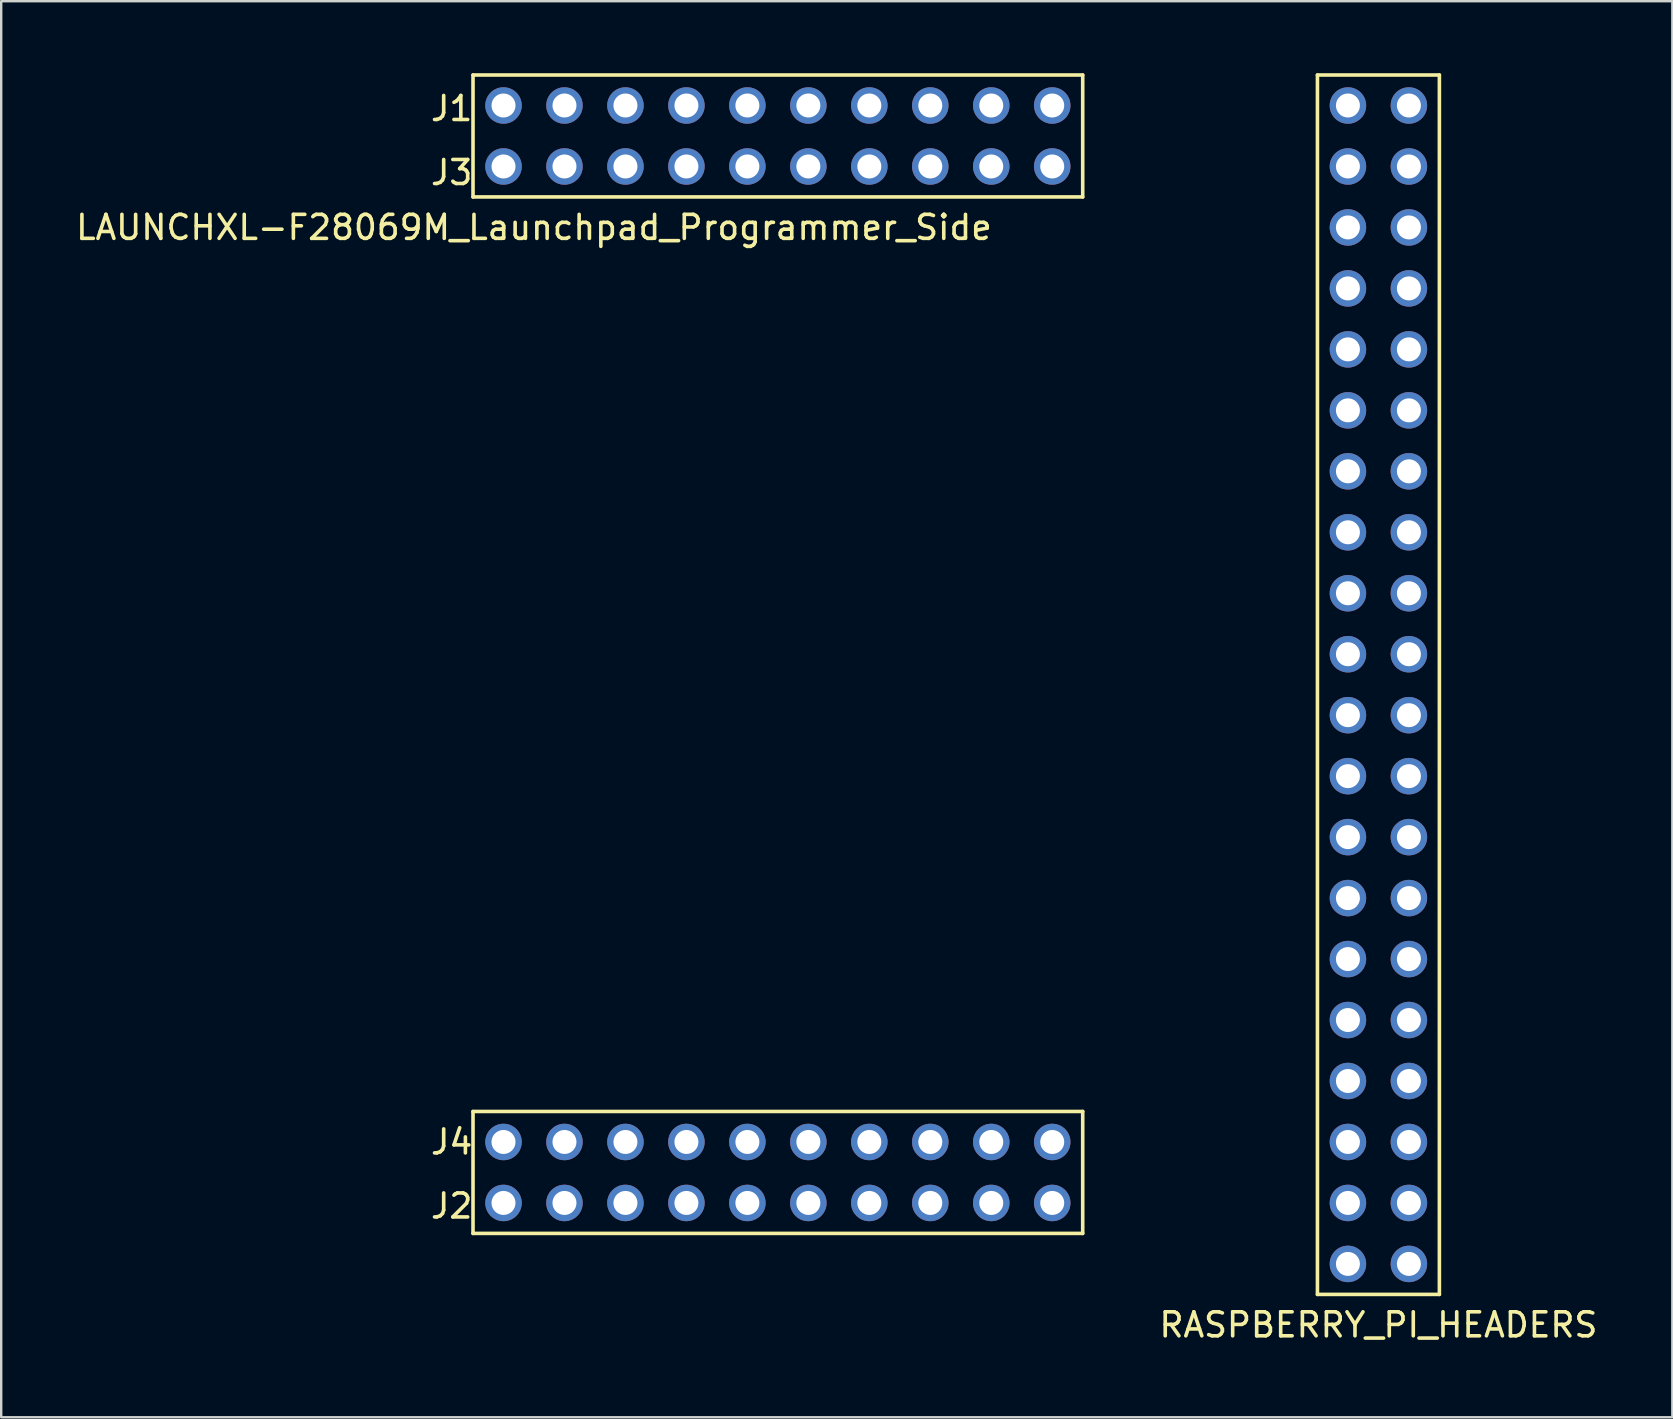
<source format=kicad_pcb>
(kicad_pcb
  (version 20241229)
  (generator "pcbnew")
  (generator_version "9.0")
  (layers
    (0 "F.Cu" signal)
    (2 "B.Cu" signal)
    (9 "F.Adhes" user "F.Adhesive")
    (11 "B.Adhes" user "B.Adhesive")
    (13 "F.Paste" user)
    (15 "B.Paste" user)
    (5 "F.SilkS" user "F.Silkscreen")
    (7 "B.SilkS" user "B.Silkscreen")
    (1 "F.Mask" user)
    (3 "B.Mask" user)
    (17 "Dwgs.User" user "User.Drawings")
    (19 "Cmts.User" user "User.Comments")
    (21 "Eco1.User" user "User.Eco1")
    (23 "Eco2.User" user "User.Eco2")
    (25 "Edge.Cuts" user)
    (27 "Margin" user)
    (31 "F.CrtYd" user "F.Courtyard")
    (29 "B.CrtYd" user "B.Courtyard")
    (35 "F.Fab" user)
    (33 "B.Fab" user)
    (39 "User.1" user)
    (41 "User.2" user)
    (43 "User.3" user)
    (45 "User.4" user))
  (footprint "LAUNCHXL-F28069M_Launchpad_Programmer_Side"
    (layer "F.Cu")
    (at 16.656 48.335)
    (property "Reference" "LAUNCHXL-F28069M_Launchpad_Programmer_Side" (at 2.54 -41.91 0) (layer "F.SilkS") (effects (font (size 1 1) (thickness 0.15))))
    (attr through_hole)
    (fp_line (start 0 -48.26) (end 0 -43.18) (stroke (width 0.15) (type solid)) (layer "F.SilkS"))
    (fp_line (start 0 -43.18) (end 25.4 -43.18) (stroke (width 0.15) (type solid)) (layer "F.SilkS"))
    (fp_line (start 0 -5.08) (end 0 0) (stroke (width 0.15) (type solid)) (layer "F.SilkS"))
    (fp_line (start 0 0) (end 25.4 0) (stroke (width 0.15) (type solid)) (layer "F.SilkS"))
    (fp_line (start 25.4 -48.26) (end 0 -48.26) (stroke (width 0.15) (type solid)) (layer "F.SilkS"))
    (fp_line (start 25.4 -43.18) (end 25.4 -48.26) (stroke (width 0.15) (type solid)) (layer "F.SilkS"))
    (fp_line (start 25.4 -5.08) (end 0 -5.08) (stroke (width 0.15) (type solid)) (layer "F.SilkS"))
    (fp_line (start 25.4 0) (end 25.4 -5.08) (stroke (width 0.15) (type solid)) (layer "F.SilkS"))
    (fp_text user "J4" (at -0.889 -3.81 0) (layer "F.SilkS") (effects (font (size 1 1) (thickness 0.15))))
    (fp_text user "J3" (at -0.889 -44.196 0) (layer "F.SilkS") (effects (font (size 1 1) (thickness 0.15))))
    (fp_text user "J2" (at -0.889 -1.143 0) (layer "F.SilkS") (effects (font (size 1 1) (thickness 0.15))))
    (fp_text user "J1" (at -0.889 -46.863 0) (layer "F.SilkS") (effects (font (size 1 1) (thickness 0.15))))
    (pad "+3V3" thru_hole circle (at 24.13 -46.99) (size 1.52 1.52) (drill 1) (layers "*.Cu" "*.Mask" "F.Paste"))
    (pad "+5V" thru_hole circle (at 24.13 -44.45) (size 1.52 1.52) (drill 1) (layers "*.Cu" "*.Mask" "F.Paste"))
    (pad "A_A0" thru_hole circle (at 8.89 -44.45) (size 1.52 1.52) (drill 1) (layers "*.Cu" "*.Mask" "F.Paste"))
    (pad "A_A1" thru_hole circle (at 3.81 -44.45) (size 1.52 1.52) (drill 1) (layers "*.Cu" "*.Mask" "F.Paste"))
    (pad "A_A2" thru_hole circle (at 13.97 -44.45) (size 1.52 1.52) (drill 1) (layers "*.Cu" "*.Mask" "F.Paste"))
    (pad "A_A6" thru_hole circle (at 21.59 -46.99) (size 1.52 1.52) (drill 1) (layers "*.Cu" "*.Mask" "F.Paste"))
    (pad "A_A7" thru_hole circle (at 19.05 -44.45) (size 1.52 1.52) (drill 1) (layers "*.Cu" "*.Mask" "F.Paste"))
    (pad "A_B0" thru_hole circle (at 6.35 -44.45) (size 1.52 1.52) (drill 1) (layers "*.Cu" "*.Mask" "F.Paste"))
    (pad "A_B1" thru_hole circle (at 16.51 -44.45) (size 1.52 1.52) (drill 1) (layers "*.Cu" "*.Mask" "F.Paste"))
    (pad "A_B2" thru_hole circle (at 11.43 -44.45) (size 1.52 1.52) (drill 1) (layers "*.Cu" "*.Mask" "F.Paste"))
    (pad "A_B6" thru_hole circle (at 11.43 -46.99) (size 1.52 1.52) (drill 1) (layers "*.Cu" "*.Mask" "F.Paste"))
    (pad "DAC1" thru_hole circle (at 3.81 -3.81) (size 1.52 1.52) (drill 1) (layers "*.Cu" "*.Mask" "F.Paste"))
    (pad "DAC2" thru_hole circle (at 1.27 -3.81) (size 1.52 1.52) (drill 1) (layers "*.Cu" "*.Mask" "F.Paste"))
    (pad "GND" thru_hole circle (at 21.59 -44.45) (size 1.52 1.52) (drill 1) (layers "*.Cu" "*.Mask" "F.Paste"))
    (pad "GND" thru_hole circle (at 24.13 -1.27) (size 1.52 1.52) (drill 1) (layers "*.Cu" "*.Mask" "F.Paste"))
    (pad "NC" thru_hole circle (at 1.27 -44.45) (size 1.52 1.52) (drill 1) (layers "*.Cu" "*.Mask" "F.Paste"))
    (pad "NC" thru_hole circle (at 6.35 -3.81) (size 1.52 1.52) (drill 1) (layers "*.Cu" "*.Mask" "F.Paste"))
    (pad "NC" thru_hole circle (at 16.51 -1.27) (size 1.52 1.52) (drill 1) (layers "*.Cu" "*.Mask" "F.Paste"))
    (pad "P_0" thru_hole circle (at 24.13 -3.81) (size 1.52 1.52) (drill 1) (layers "*.Cu" "*.Mask" "F.Paste"))
    (pad "P_1" thru_hole circle (at 21.59 -3.81) (size 1.52 1.52) (drill 1) (layers "*.Cu" "*.Mask" "F.Paste"))
    (pad "P_2" thru_hole circle (at 19.05 -3.81) (size 1.52 1.52) (drill 1) (layers "*.Cu" "*.Mask" "F.Paste"))
    (pad "P_3" thru_hole circle (at 16.51 -3.81) (size 1.52 1.52) (drill 1) (layers "*.Cu" "*.Mask" "F.Paste"))
    (pad "P_4" thru_hole circle (at 13.97 -3.81) (size 1.52 1.52) (drill 1) (layers "*.Cu" "*.Mask" "F.Paste"))
    (pad "P_5" thru_hole circle (at 11.43 -3.81) (size 1.52 1.52) (drill 1) (layers "*.Cu" "*.Mask" "F.Paste"))
    (pad "P_12" thru_hole circle (at 13.97 -46.99) (size 1.52 1.52) (drill 1) (layers "*.Cu" "*.Mask" "F.Paste"))
    (pad "P_13" thru_hole circle (at 8.89 -3.81) (size 1.52 1.52) (drill 1) (layers "*.Cu" "*.Mask" "F.Paste"))
    (pad "P_16" thru_hole circle (at 11.43 -1.27) (size 1.52 1.52) (drill 1) (layers "*.Cu" "*.Mask" "F.Paste"))
    (pad "P_17" thru_hole circle (at 8.89 -1.27) (size 1.52 1.52) (drill 1) (layers "*.Cu" "*.Mask" "F.Paste"))
    (pad "P_18" thru_hole circle (at 8.89 -46.99) (size 1.52 1.52) (drill 1) (layers "*.Cu" "*.Mask" "F.Paste"))
    (pad "P_19" thru_hole circle (at 21.59 -1.27) (size 1.52 1.52) (drill 1) (layers "*.Cu" "*.Mask" "F.Paste"))
    (pad "P_22" thru_hole circle (at 6.35 -46.99) (size 1.52 1.52) (drill 1) (layers "*.Cu" "*.Mask" "F.Paste"))
    (pad "P_28" thru_hole circle (at 19.05 -46.99) (size 1.52 1.52) (drill 1) (layers "*.Cu" "*.Mask" "F.Paste"))
    (pad "P_29" thru_hole circle (at 16.51 -46.99) (size 1.52 1.52) (drill 1) (layers "*.Cu" "*.Mask" "F.Paste"))
    (pad "P_32" thru_hole circle (at 1.27 -46.99) (size 1.52 1.52) (drill 1) (layers "*.Cu" "*.Mask" "F.Paste"))
    (pad "P_33" thru_hole circle (at 3.81 -46.99) (size 1.52 1.52) (drill 1) (layers "*.Cu" "*.Mask" "F.Paste"))
    (pad "P_44" thru_hole circle (at 19.05 -1.27) (size 1.52 1.52) (drill 1) (layers "*.Cu" "*.Mask" "F.Paste"))
    (pad "P_50" thru_hole circle (at 6.35 -1.27) (size 1.52 1.52) (drill 1) (layers "*.Cu" "*.Mask" "F.Paste"))
    (pad "P_51" thru_hole circle (at 3.81 -1.27) (size 1.52 1.52) (drill 1) (layers "*.Cu" "*.Mask" "F.Paste"))
    (pad "P_55" thru_hole circle (at 1.27 -1.27) (size 1.52 1.52) (drill 1) (layers "*.Cu" "*.Mask" "F.Paste"))
    (pad "Rese" thru_hole circle (at 13.97 -1.27) (size 1.52 1.52) (drill 1) (layers "*.Cu" "*.Mask" "F.Paste")))
  (footprint "RASPBERRY_PI_HEADERS"
    (layer "F.Cu")
    (at 51.835 50.875)
    (property "Reference" "RASPBERRY_PI_HEADERS" (at 2.54 1.27 0) (layer "F.SilkS") (effects (font (size 1 1) (thickness 0.15))))
    (attr through_hole)
    (fp_line (start 0 -50.8) (end 0 0) (stroke (width 0.15) (type solid)) (layer "F.SilkS"))
    (fp_line (start 0 0) (end 5.08 0) (stroke (width 0.15) (type solid)) (layer "F.SilkS"))
    (fp_line (start 5.08 -50.8) (end 0 -50.8) (stroke (width 0.15) (type solid)) (layer "F.SilkS"))
    (fp_line (start 5.08 0) (end 5.08 -50.8) (stroke (width 0.15) (type solid)) (layer "F.SilkS"))
    (pad "1" thru_hole circle (at 1.27 -49.53) (size 1.52 1.52) (drill 1) (layers "*.Cu" "*.Mask" "F.Paste"))
    (pad "2" thru_hole circle (at 3.81 -49.53) (size 1.52 1.52) (drill 1) (layers "*.Cu" "*.Mask" "F.Paste"))
    (pad "3" thru_hole circle (at 1.27 -46.99) (size 1.52 1.52) (drill 1) (layers "*.Cu" "*.Mask" "F.Paste"))
    (pad "4" thru_hole circle (at 3.81 -46.99) (size 1.52 1.52) (drill 1) (layers "*.Cu" "*.Mask" "F.Paste"))
    (pad "5" thru_hole circle (at 1.27 -44.45) (size 1.52 1.52) (drill 1) (layers "*.Cu" "*.Mask" "F.Paste"))
    (pad "6" thru_hole circle (at 3.81 -44.45) (size 1.52 1.52) (drill 1) (layers "*.Cu" "*.Mask" "F.Paste"))
    (pad "7" thru_hole circle (at 1.27 -41.91) (size 1.52 1.52) (drill 1) (layers "*.Cu" "*.Mask" "F.Paste"))
    (pad "8" thru_hole circle (at 3.81 -41.91) (size 1.52 1.52) (drill 1) (layers "*.Cu" "*.Mask" "F.Paste"))
    (pad "9" thru_hole circle (at 1.27 -39.37) (size 1.52 1.52) (drill 1) (layers "*.Cu" "*.Mask" "F.Paste"))
    (pad "10" thru_hole circle (at 3.81 -39.37) (size 1.52 1.52) (drill 1) (layers "*.Cu" "*.Mask" "F.Paste"))
    (pad "11" thru_hole circle (at 1.27 -36.83) (size 1.52 1.52) (drill 1) (layers "*.Cu" "*.Mask" "F.Paste"))
    (pad "12" thru_hole circle (at 3.81 -36.83) (size 1.52 1.52) (drill 1) (layers "*.Cu" "*.Mask" "F.Paste"))
    (pad "13" thru_hole circle (at 1.27 -34.29) (size 1.52 1.52) (drill 1) (layers "*.Cu" "*.Mask" "F.Paste"))
    (pad "14" thru_hole circle (at 3.81 -34.29) (size 1.52 1.52) (drill 1) (layers "*.Cu" "*.Mask" "F.Paste"))
    (pad "15" thru_hole circle (at 1.27 -31.75) (size 1.52 1.52) (drill 1) (layers "*.Cu" "*.Mask" "F.Paste"))
    (pad "16" thru_hole circle (at 3.81 -31.75) (size 1.52 1.52) (drill 1) (layers "*.Cu" "*.Mask" "F.Paste"))
    (pad "17" thru_hole circle (at 1.27 -29.21) (size 1.52 1.52) (drill 1) (layers "*.Cu" "*.Mask" "F.Paste"))
    (pad "18" thru_hole circle (at 3.81 -29.21) (size 1.52 1.52) (drill 1) (layers "*.Cu" "*.Mask" "F.Paste"))
    (pad "19" thru_hole circle (at 1.27 -26.67) (size 1.52 1.52) (drill 1) (layers "*.Cu" "*.Mask" "F.Paste"))
    (pad "20" thru_hole circle (at 3.81 -26.67) (size 1.52 1.52) (drill 1) (layers "*.Cu" "*.Mask" "F.Paste"))
    (pad "21" thru_hole circle (at 1.27 -24.13) (size 1.52 1.52) (drill 1) (layers "*.Cu" "*.Mask" "F.Paste"))
    (pad "22" thru_hole circle (at 3.81 -24.13) (size 1.52 1.52) (drill 1) (layers "*.Cu" "*.Mask" "F.Paste"))
    (pad "23" thru_hole circle (at 1.27 -21.59) (size 1.52 1.52) (drill 1) (layers "*.Cu" "*.Mask" "F.Paste"))
    (pad "24" thru_hole circle (at 3.81 -21.59) (size 1.52 1.52) (drill 1) (layers "*.Cu" "*.Mask" "F.Paste"))
    (pad "25" thru_hole circle (at 1.27 -19.05) (size 1.52 1.52) (drill 1) (layers "*.Cu" "*.Mask" "F.Paste"))
    (pad "26" thru_hole circle (at 3.81 -19.05) (size 1.52 1.52) (drill 1) (layers "*.Cu" "*.Mask" "F.Paste"))
    (pad "27" thru_hole circle (at 1.27 -16.51) (size 1.52 1.52) (drill 1) (layers "*.Cu" "*.Mask" "F.Paste"))
    (pad "28" thru_hole circle (at 3.81 -16.51) (size 1.52 1.52) (drill 1) (layers "*.Cu" "*.Mask" "F.Paste"))
    (pad "29" thru_hole circle (at 1.27 -13.97) (size 1.52 1.52) (drill 1) (layers "*.Cu" "*.Mask" "F.Paste"))
    (pad "30" thru_hole circle (at 3.81 -13.97) (size 1.52 1.52) (drill 1) (layers "*.Cu" "*.Mask" "F.Paste"))
    (pad "31" thru_hole circle (at 1.27 -11.43) (size 1.52 1.52) (drill 1) (layers "*.Cu" "*.Mask" "F.Paste"))
    (pad "32" thru_hole circle (at 3.81 -11.43) (size 1.52 1.52) (drill 1) (layers "*.Cu" "*.Mask" "F.Paste"))
    (pad "33" thru_hole circle (at 1.27 -8.89) (size 1.52 1.52) (drill 1) (layers "*.Cu" "*.Mask" "F.Paste"))
    (pad "34" thru_hole circle (at 3.81 -8.89) (size 1.52 1.52) (drill 1) (layers "*.Cu" "*.Mask" "F.Paste"))
    (pad "35" thru_hole circle (at 1.27 -6.35) (size 1.52 1.52) (drill 1) (layers "*.Cu" "*.Mask" "F.Paste"))
    (pad "36" thru_hole circle (at 3.81 -6.35) (size 1.52 1.52) (drill 1) (layers "*.Cu" "*.Mask" "F.Paste"))
    (pad "37" thru_hole circle (at 1.27 -3.81) (size 1.52 1.52) (drill 1) (layers "*.Cu" "*.Mask" "F.Paste"))
    (pad "38" thru_hole circle (at 3.81 -3.81) (size 1.52 1.52) (drill 1) (layers "*.Cu" "*.Mask" "F.Paste"))
    (pad "39" thru_hole circle (at 1.27 -1.27) (size 1.52 1.52) (drill 1) (layers "*.Cu" "*.Mask" "F.Paste"))
    (pad "40" thru_hole circle (at 3.81 -1.27) (size 1.52 1.52) (drill 1) (layers "*.Cu" "*.Mask" "F.Paste")))
  (gr_rect
    (start -3 -3)
    (end 66.62 55.993)
    (stroke (width 0.1) (type default))
    (fill no)
    (layer "Edge.Cuts")))
</source>
